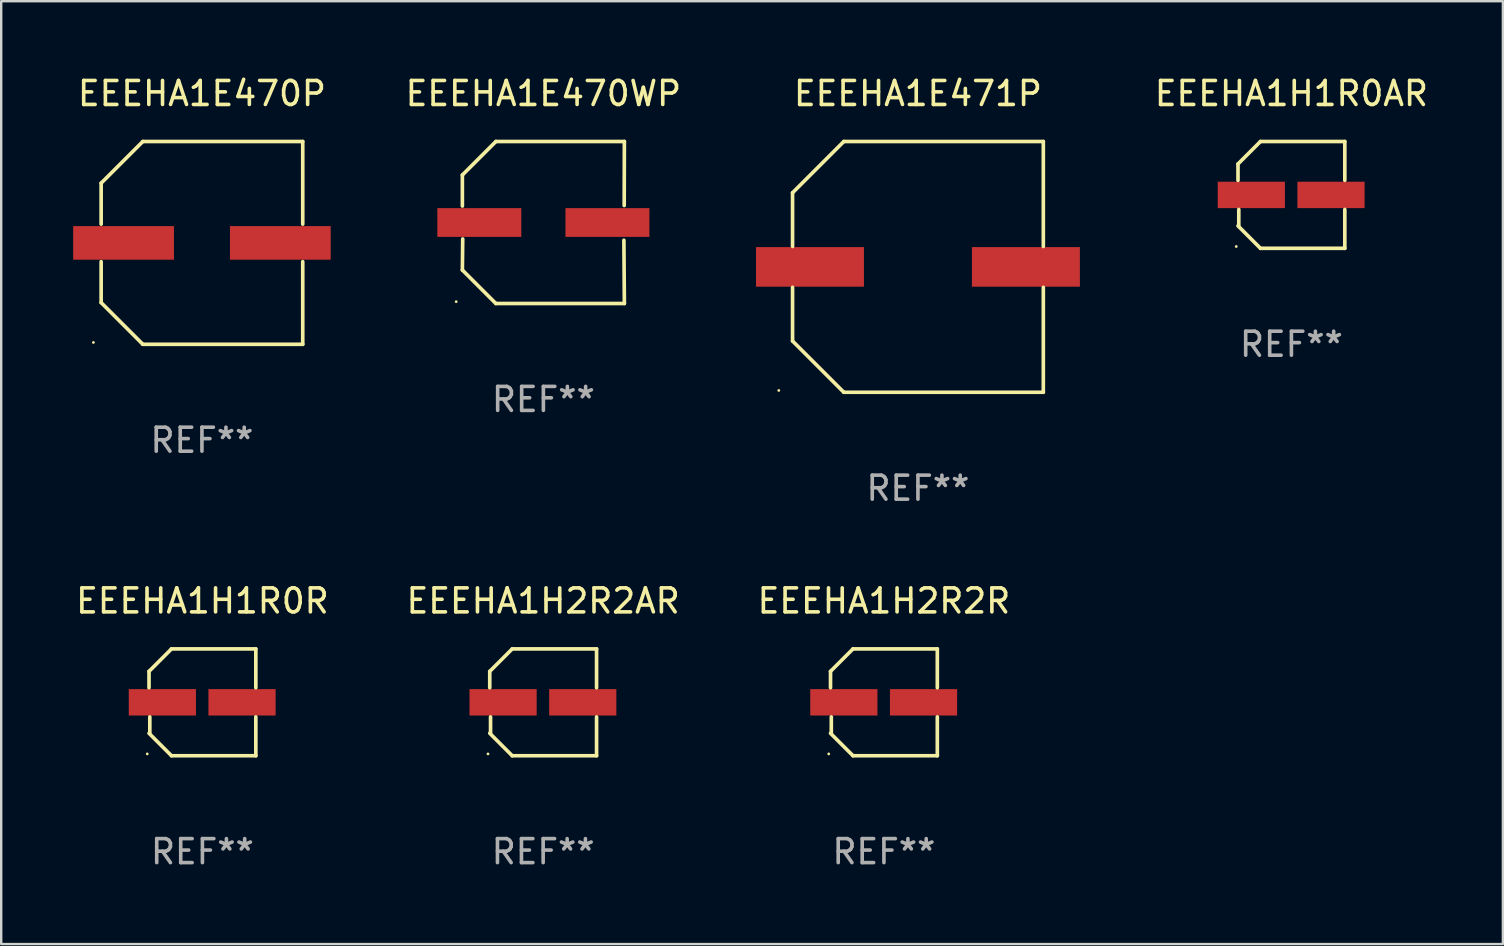
<source format=kicad_pcb>
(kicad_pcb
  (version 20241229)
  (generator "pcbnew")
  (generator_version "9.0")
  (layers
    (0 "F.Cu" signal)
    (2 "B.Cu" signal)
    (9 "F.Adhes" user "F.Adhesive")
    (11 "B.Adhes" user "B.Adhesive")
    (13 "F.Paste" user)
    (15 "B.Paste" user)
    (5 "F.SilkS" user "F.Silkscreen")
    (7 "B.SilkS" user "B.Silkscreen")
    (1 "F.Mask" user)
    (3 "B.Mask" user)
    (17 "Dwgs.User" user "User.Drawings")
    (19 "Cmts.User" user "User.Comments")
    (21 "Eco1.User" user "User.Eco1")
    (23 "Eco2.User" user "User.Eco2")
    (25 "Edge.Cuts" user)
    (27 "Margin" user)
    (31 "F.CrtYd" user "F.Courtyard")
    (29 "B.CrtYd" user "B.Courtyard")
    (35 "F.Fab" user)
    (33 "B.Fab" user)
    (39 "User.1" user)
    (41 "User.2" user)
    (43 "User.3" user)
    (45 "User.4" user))
  (footprint "EEEHA1E470WP"
    (layer "F.Cu")
    (at 19.598 6.224)
    (property "Reference" "EEEHA1E470WP" (at 0 -5.376 0) (layer "F.SilkS") (effects (font (size 1 1) (thickness 0.15))))
    (attr through_hole)
    (fp_line (start -3.376 -1.98) (end -3.376 -0.686) (stroke (width 0.152) (type solid)) (layer "F.SilkS"))
    (fp_line (start -3.376 1.981) (end -3.362 0.686) (stroke (width 0.152) (type solid)) (layer "F.SilkS"))
    (fp_line (start -1.981 3.376) (end -3.376 1.981) (stroke (width 0.152) (type solid)) (layer "F.SilkS"))
    (fp_line (start -1.98 -3.376) (end -3.376 -1.98) (stroke (width 0.152) (type solid)) (layer "F.SilkS"))
    (fp_line (start 3.356 0.74) (end 3.376 3.376) (stroke (width 0.152) (type solid)) (layer "F.SilkS"))
    (fp_line (start 3.369 -0.707) (end 3.376 -3.376) (stroke (width 0.152) (type solid)) (layer "F.SilkS"))
    (fp_line (start 3.376 3.376) (end -1.981 3.376) (stroke (width 0.152) (type solid)) (layer "F.SilkS"))
    (fp_line (start 3.376 -3.376) (end -1.98 -3.376) (stroke (width 0.152) (type solid)) (layer "F.SilkS"))
    (fp_circle (center -3.634 3.3) (end -3.604 3.3) (stroke (width 0.06) (type solid)) (fill no) (layer "F.SilkS"))
    (fp_text user "REF**" (at 0 7.376 0) (layer "F.Fab") (effects (font (size 1 1) (thickness 0.15))))
    (pad "1" smd rect (at -2.67 0.000254) (size 3.5 1.2) (layers "F.Cu" "F.Mask" "F.Paste"))
    (pad "2" smd rect (at 2.67 0.000254) (size 3.5 1.2) (layers "F.Cu" "F.Mask" "F.Paste")))
  (footprint "EEEHA1E470P"
    (layer "F.Cu")
    (at 5.367 7.074)
    (property "Reference" "EEEHA1E470P" (at 0 -6.226 0) (layer "F.SilkS") (effects (font (size 1 1) (thickness 0.15))))
    (attr through_hole)
    (fp_line (start -4.201 -2.49) (end -4.201 -0.782) (stroke (width 0.152) (type solid)) (layer "F.SilkS"))
    (fp_line (start -4.201 2.49) (end -4.201 0.782) (stroke (width 0.152) (type solid)) (layer "F.SilkS"))
    (fp_line (start -2.465 -4.226) (end -4.201 -2.49) (stroke (width 0.152) (type solid)) (layer "F.SilkS"))
    (fp_line (start -2.465 4.226) (end -4.201 2.49) (stroke (width 0.152) (type solid)) (layer "F.SilkS"))
    (fp_line (start 4.201 -4.226) (end -2.465 -4.226) (stroke (width 0.152) (type solid)) (layer "F.SilkS"))
    (fp_line (start 4.201 -0.782) (end 4.201 -4.226) (stroke (width 0.152) (type solid)) (layer "F.SilkS"))
    (fp_line (start 4.201 0.782) (end 4.201 4.226) (stroke (width 0.152) (type solid)) (layer "F.SilkS"))
    (fp_line (start 4.201 4.226) (end -2.465 4.226) (stroke (width 0.152) (type solid)) (layer "F.SilkS"))
    (fp_circle (center -4.524 4.15) (end -4.494 4.15) (stroke (width 0.06) (type solid)) (fill no) (layer "F.SilkS"))
    (fp_text user "REF**" (at 0 8.226 0) (layer "F.Fab") (effects (font (size 1 1) (thickness 0.15))))
    (pad "1" smd rect (at -3.267 0) (size 4.2 1.4) (layers "F.Cu" "F.Mask" "F.Paste"))
    (pad "2" smd rect (at 3.267 0) (size 4.2 1.4) (layers "F.Cu" "F.Mask" "F.Paste")))
  (footprint "EEEHA1H2R2AR"
    (layer "F.Cu")
    (at 19.589 26.223)
    (property "Reference" "EEEHA1H2R2AR" (at 0 -4.226 0) (layer "F.SilkS") (effects (font (size 1 1) (thickness 0.15))))
    (attr through_hole)
    (fp_line (start -2.226 -1.29) (end -2.226 -0.607) (stroke (width 0.152) (type solid)) (layer "F.SilkS"))
    (fp_line (start -2.193 1.29) (end -2.193 0.607) (stroke (width 0.152) (type solid)) (layer "F.SilkS"))
    (fp_line (start -1.29 2.226) (end -2.226 1.29) (stroke (width 0.152) (type solid)) (layer "F.SilkS"))
    (fp_line (start -1.29 -2.226) (end -2.226 -1.29) (stroke (width 0.152) (type solid)) (layer "F.SilkS"))
    (fp_line (start 2.226 -2.226) (end -1.29 -2.226) (stroke (width 0.152) (type solid)) (layer "F.SilkS"))
    (fp_line (start 2.226 -0.607) (end 2.226 -2.226) (stroke (width 0.152) (type solid)) (layer "F.SilkS"))
    (fp_line (start 2.226 0.607) (end 2.226 2.226) (stroke (width 0.152) (type solid)) (layer "F.SilkS"))
    (fp_line (start 2.226 2.226) (end -1.29 2.226) (stroke (width 0.152) (type solid)) (layer "F.SilkS"))
    (fp_circle (center -2.3 2.15) (end -2.27 2.15) (stroke (width 0.06) (type solid)) (fill no) (layer "F.SilkS"))
    (fp_text user "REF**" (at 0 6.226 0) (layer "F.Fab") (effects (font (size 1 1) (thickness 0.15))))
    (pad "1" smd rect (at -1.67 -0.000025) (size 2.8 1.1) (layers "F.Cu" "F.Mask" "F.Paste"))
    (pad "2" smd rect (at 1.651 -0.000025) (size 2.8 1.1) (layers "F.Cu" "F.Mask" "F.Paste")))
  (footprint "EEEHA1H1R0AR"
    (layer "F.Cu")
    (at 50.776 5.074)
    (property "Reference" "EEEHA1H1R0AR" (at 0 -4.226 0) (layer "F.SilkS") (effects (font (size 1 1) (thickness 0.15))))
    (attr through_hole)
    (fp_line (start -2.226 -1.29) (end -2.226 -0.607) (stroke (width 0.152) (type solid)) (layer "F.SilkS"))
    (fp_line (start -2.193 1.29) (end -2.193 0.607) (stroke (width 0.152) (type solid)) (layer "F.SilkS"))
    (fp_line (start -1.29 2.226) (end -2.226 1.29) (stroke (width 0.152) (type solid)) (layer "F.SilkS"))
    (fp_line (start -1.29 -2.226) (end -2.226 -1.29) (stroke (width 0.152) (type solid)) (layer "F.SilkS"))
    (fp_line (start 2.226 -2.226) (end -1.29 -2.226) (stroke (width 0.152) (type solid)) (layer "F.SilkS"))
    (fp_line (start 2.226 -0.607) (end 2.226 -2.226) (stroke (width 0.152) (type solid)) (layer "F.SilkS"))
    (fp_line (start 2.226 0.607) (end 2.226 2.226) (stroke (width 0.152) (type solid)) (layer "F.SilkS"))
    (fp_line (start 2.226 2.226) (end -1.29 2.226) (stroke (width 0.152) (type solid)) (layer "F.SilkS"))
    (fp_circle (center -2.3 2.15) (end -2.27 2.15) (stroke (width 0.06) (type solid)) (fill no) (layer "F.SilkS"))
    (fp_text user "REF**" (at 0 6.226 0) (layer "F.Fab") (effects (font (size 1 1) (thickness 0.15))))
    (pad "1" smd rect (at -1.67 -0.000025) (size 2.8 1.1) (layers "F.Cu" "F.Mask" "F.Paste"))
    (pad "2" smd rect (at 1.651 -0.000025) (size 2.8 1.1) (layers "F.Cu" "F.Mask" "F.Paste")))
  (footprint "EEEHA1H1R0R"
    (layer "F.Cu")
    (at 5.387 26.223)
    (property "Reference" "EEEHA1H1R0R" (at 0 -4.226 0) (layer "F.SilkS") (effects (font (size 1 1) (thickness 0.15))))
    (attr through_hole)
    (fp_line (start -2.226 -1.29) (end -2.226 -0.607) (stroke (width 0.152) (type solid)) (layer "F.SilkS"))
    (fp_line (start -2.193 1.29) (end -2.193 0.607) (stroke (width 0.152) (type solid)) (layer "F.SilkS"))
    (fp_line (start -1.29 2.226) (end -2.226 1.29) (stroke (width 0.152) (type solid)) (layer "F.SilkS"))
    (fp_line (start -1.29 -2.226) (end -2.226 -1.29) (stroke (width 0.152) (type solid)) (layer "F.SilkS"))
    (fp_line (start 2.226 -2.226) (end -1.29 -2.226) (stroke (width 0.152) (type solid)) (layer "F.SilkS"))
    (fp_line (start 2.226 -0.607) (end 2.226 -2.226) (stroke (width 0.152) (type solid)) (layer "F.SilkS"))
    (fp_line (start 2.226 0.607) (end 2.226 2.226) (stroke (width 0.152) (type solid)) (layer "F.SilkS"))
    (fp_line (start 2.226 2.226) (end -1.29 2.226) (stroke (width 0.152) (type solid)) (layer "F.SilkS"))
    (fp_circle (center -2.3 2.15) (end -2.27 2.15) (stroke (width 0.06) (type solid)) (fill no) (layer "F.SilkS"))
    (fp_text user "REF**" (at 0 6.226 0) (layer "F.Fab") (effects (font (size 1 1) (thickness 0.15))))
    (pad "1" smd rect (at -1.67 -0.000025) (size 2.8 1.1) (layers "F.Cu" "F.Mask" "F.Paste"))
    (pad "2" smd rect (at 1.651 -0.000025) (size 2.8 1.1) (layers "F.Cu" "F.Mask" "F.Paste")))
  (footprint "EEEHA1H2R2R"
    (layer "F.Cu")
    (at 33.792 26.223)
    (property "Reference" "EEEHA1H2R2R" (at 0 -4.226 0) (layer "F.SilkS") (effects (font (size 1 1) (thickness 0.15))))
    (attr through_hole)
    (fp_line (start -2.226 -1.29) (end -2.226 -0.607) (stroke (width 0.152) (type solid)) (layer "F.SilkS"))
    (fp_line (start -2.193 1.29) (end -2.193 0.607) (stroke (width 0.152) (type solid)) (layer "F.SilkS"))
    (fp_line (start -1.29 2.226) (end -2.226 1.29) (stroke (width 0.152) (type solid)) (layer "F.SilkS"))
    (fp_line (start -1.29 -2.226) (end -2.226 -1.29) (stroke (width 0.152) (type solid)) (layer "F.SilkS"))
    (fp_line (start 2.226 -2.226) (end -1.29 -2.226) (stroke (width 0.152) (type solid)) (layer "F.SilkS"))
    (fp_line (start 2.226 -0.607) (end 2.226 -2.226) (stroke (width 0.152) (type solid)) (layer "F.SilkS"))
    (fp_line (start 2.226 0.607) (end 2.226 2.226) (stroke (width 0.152) (type solid)) (layer "F.SilkS"))
    (fp_line (start 2.226 2.226) (end -1.29 2.226) (stroke (width 0.152) (type solid)) (layer "F.SilkS"))
    (fp_circle (center -2.3 2.15) (end -2.27 2.15) (stroke (width 0.06) (type solid)) (fill no) (layer "F.SilkS"))
    (fp_text user "REF**" (at 0 6.226 0) (layer "F.Fab") (effects (font (size 1 1) (thickness 0.15))))
    (pad "1" smd rect (at -1.67 -0.000025) (size 2.8 1.1) (layers "F.Cu" "F.Mask" "F.Paste"))
    (pad "2" smd rect (at 1.651 -0.000025) (size 2.8 1.1) (layers "F.Cu" "F.Mask" "F.Paste")))
  (footprint "EEEHA1E471P"
    (layer "F.Cu")
    (at 35.21 8.074)
    (property "Reference" "EEEHA1E471P" (at 0 -7.226 0) (layer "F.SilkS") (effects (font (size 1 1) (thickness 0.15))))
    (attr through_hole)
    (fp_line (start -5.226 -3.09) (end -5.226 -0.852) (stroke (width 0.152) (type solid)) (layer "F.SilkS"))
    (fp_line (start -5.226 3.09) (end -5.226 0.852) (stroke (width 0.152) (type solid)) (layer "F.SilkS"))
    (fp_line (start -3.09 -5.226) (end -5.226 -3.09) (stroke (width 0.152) (type solid)) (layer "F.SilkS"))
    (fp_line (start -3.09 5.226) (end -5.226 3.09) (stroke (width 0.152) (type solid)) (layer "F.SilkS"))
    (fp_line (start 5.226 -5.226) (end -3.09 -5.226) (stroke (width 0.152) (type solid)) (layer "F.SilkS"))
    (fp_line (start 5.226 -0.852) (end 5.226 -5.226) (stroke (width 0.152) (type solid)) (layer "F.SilkS"))
    (fp_line (start 5.226 0.852) (end 5.226 5.226) (stroke (width 0.152) (type solid)) (layer "F.SilkS"))
    (fp_line (start 5.226 5.226) (end -3.09 5.226) (stroke (width 0.152) (type solid)) (layer "F.SilkS"))
    (fp_circle (center -5.8 5.15) (end -5.77 5.15) (stroke (width 0.06) (type solid)) (fill no) (layer "F.SilkS"))
    (fp_text user "REF**" (at 0 9.226 0) (layer "F.Fab") (effects (font (size 1 1) (thickness 0.15))))
    (pad "1" smd rect (at -4.5 0) (size 4.5 1.65) (layers "F.Cu" "F.Mask" "F.Paste"))
    (pad "2" smd rect (at 4.5 0) (size 4.5 1.65) (layers "F.Cu" "F.Mask" "F.Paste")))
  (gr_rect
    (start -3 -3)
    (end 59.591 36.298)
    (stroke (width 0.1) (type default))
    (fill no)
    (layer "Edge.Cuts")))
</source>
